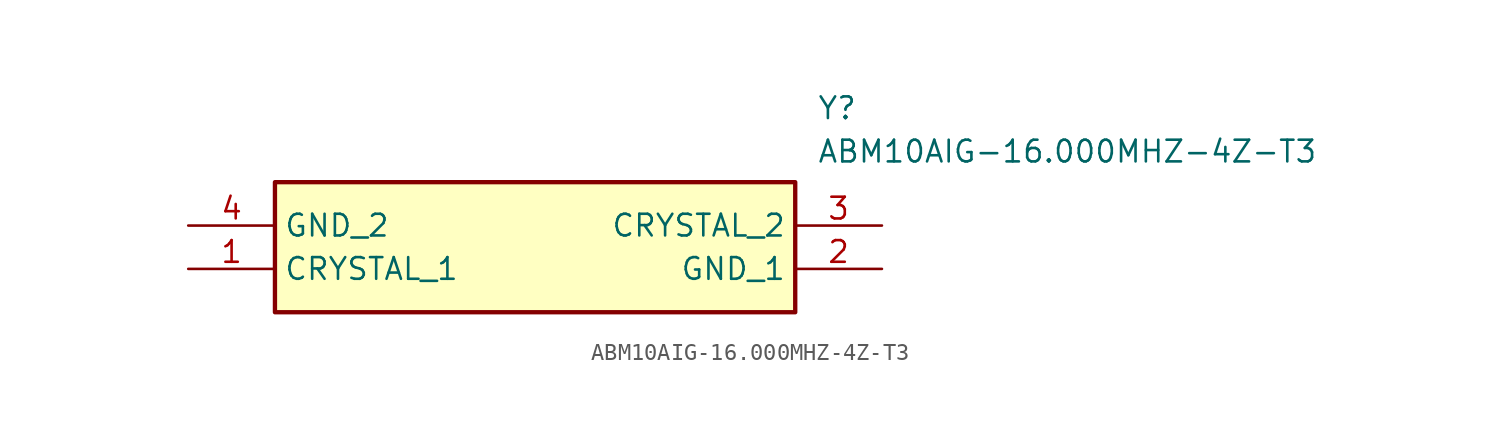
<source format=kicad_sym>
(kicad_symbol_lib
  (version 20211014)
  (generator SamacSys_ECAD_Model)
  (symbol "ABM10AIG-16.000MHZ-4Z-T3"
    (property "Reference" "Y"
      (at 36.83 7.62 0)
      (effects (font (size 1.27 1.27)) (justify left top)))
    (property "Value" "ABM10AIG-16.000MHZ-4Z-T3"
      (at 36.83 5.08 0)
      (effects (font (size 1.27 1.27)) (justify left top)))
    (rectangle
      (start 5.08 2.54)
      (end 35.56 -5.08)
      (stroke (width 0.254) (type default))
      (fill (type background)))
    (pin passive line
      (at 0 -2.54 0)
      (length 5.08)
      (name "CRYSTAL_1" (effects (font (size 1.27 1.27))))
      (number "1" (effects (font (size 1.27 1.27)))))
    (pin passive line
      (at 40.64 -2.54 180)
      (length 5.08)
      (name "GND_1" (effects (font (size 1.27 1.27))))
      (number "2" (effects (font (size 1.27 1.27)))))
    (pin passive line
      (at 40.64 0 180)
      (length 5.08)
      (name "CRYSTAL_2" (effects (font (size 1.27 1.27))))
      (number "3" (effects (font (size 1.27 1.27)))))
    (pin passive line
      (at 0 0 0)
      (length 5.08)
      (name "GND_2" (effects (font (size 1.27 1.27))))
      (number "4" (effects (font (size 1.27 1.27)))))))
</source>
